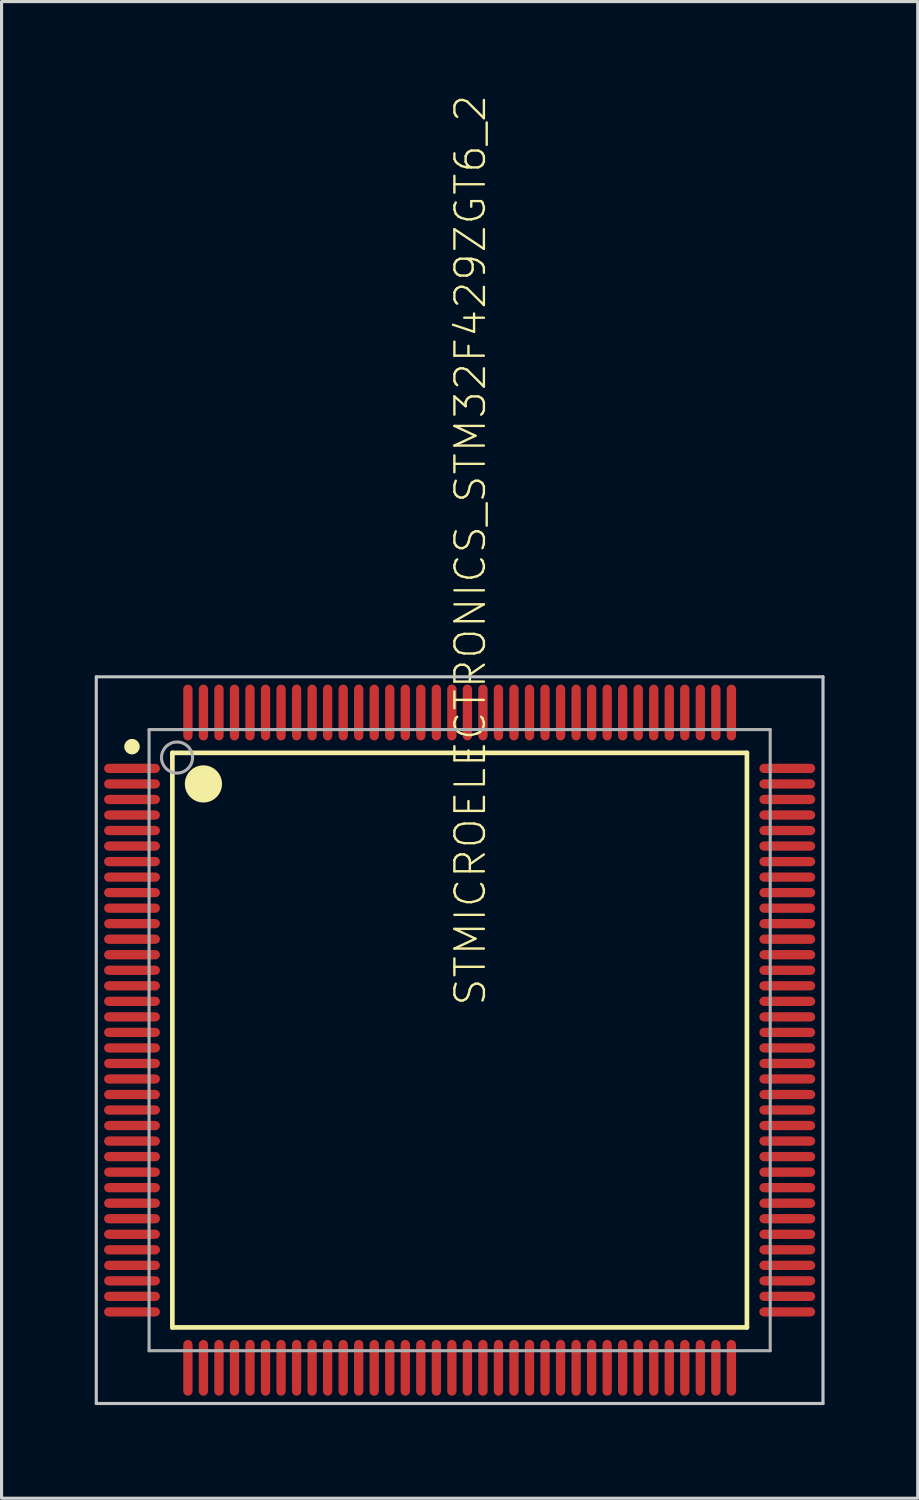
<source format=kicad_pcb>
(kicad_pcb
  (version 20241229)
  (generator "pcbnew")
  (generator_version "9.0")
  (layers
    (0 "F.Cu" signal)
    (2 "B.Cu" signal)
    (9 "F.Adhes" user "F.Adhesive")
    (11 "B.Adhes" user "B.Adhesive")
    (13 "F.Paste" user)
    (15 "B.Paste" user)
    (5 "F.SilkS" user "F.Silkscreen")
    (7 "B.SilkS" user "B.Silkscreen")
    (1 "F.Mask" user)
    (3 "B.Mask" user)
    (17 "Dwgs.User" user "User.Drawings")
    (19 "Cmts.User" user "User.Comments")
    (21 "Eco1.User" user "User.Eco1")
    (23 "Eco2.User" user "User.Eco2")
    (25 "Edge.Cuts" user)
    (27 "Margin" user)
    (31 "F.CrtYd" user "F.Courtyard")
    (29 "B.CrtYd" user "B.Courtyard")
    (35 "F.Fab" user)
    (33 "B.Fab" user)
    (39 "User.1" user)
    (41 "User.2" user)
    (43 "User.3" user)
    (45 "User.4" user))
  (footprint "STMICROELECTRONICS_STM32F429ZGT6_2"
    (layer "F.Cu")
    (at 11.75 30.442)
    (property "Reference" "STMICROELECTRONICS_STM32F429ZGT6_2" (at 0.901 -1.045 270) (layer "F.SilkS") (effects (font (size 0.95 0.95) (thickness 0.076)) (justify left bottom)))
    (attr through_hole)
    (fp_line (start -9.25 -9.25) (end 9.25 -9.25) (stroke (width 0.15) (type solid)) (layer "F.SilkS"))
    (fp_line (start -9.25 9.25) (end -9.25 -9.25) (stroke (width 0.15) (type solid)) (layer "F.SilkS"))
    (fp_line (start -9.25 9.25) (end 9.25 9.25) (stroke (width 0.15) (type solid)) (layer "F.SilkS"))
    (fp_line (start 9.25 9.25) (end 9.25 -9.25) (stroke (width 0.15) (type solid)) (layer "F.SilkS"))
    (fp_circle (center -10.55 -9.45) (end -10.425 -9.45) (stroke (width 0.25) (type solid)) (fill no) (layer "F.SilkS"))
    (fp_circle (center -8.25 -8.25) (end -7.95 -8.25) (stroke (width 0.6) (type solid)) (fill no) (layer "F.SilkS"))
    (fp_line (start -11.7 -11.7) (end 11.7 -11.7) (stroke (width 0.1) (type solid)) (layer "Dwgs.User"))
    (fp_line (start -11.7 11.7) (end -11.7 -11.7) (stroke (width 0.1) (type solid)) (layer "Dwgs.User"))
    (fp_line (start 11.7 -11.7) (end 11.7 11.7) (stroke (width 0.1) (type solid)) (layer "Dwgs.User"))
    (fp_line (start 11.7 11.7) (end -11.7 11.7) (stroke (width 0.1) (type solid)) (layer "Dwgs.User"))
    (fp_line (start -10 -10) (end 10 -10) (stroke (width 0.1) (type solid)) (layer "F.Fab"))
    (fp_line (start -10 10) (end -10 -10) (stroke (width 0.1) (type solid)) (layer "F.Fab"))
    (fp_line (start -10 10) (end 10 10) (stroke (width 0.1) (type solid)) (layer "F.Fab"))
    (fp_line (start 10 10) (end 10 -10) (stroke (width 0.1) (type solid)) (layer "F.Fab"))
    (fp_circle (center -9.1 -9.1) (end -8.6 -9.1) (stroke (width 0.1) (type solid)) (fill no) (layer "F.Fab"))
    (pad "1" smd roundrect (at -10.55 -8.75 90) (size 0.3 1.8) (layers "F.Cu" "F.Mask" "F.Paste") (roundrect_rratio 0.5))
    (pad "2" smd roundrect (at -10.55 -8.25 90) (size 0.3 1.8) (layers "F.Cu" "F.Mask" "F.Paste") (roundrect_rratio 0.5))
    (pad "3" smd roundrect (at -10.55 -7.75 90) (size 0.3 1.8) (layers "F.Cu" "F.Mask" "F.Paste") (roundrect_rratio 0.5))
    (pad "4" smd roundrect (at -10.55 -7.25 90) (size 0.3 1.8) (layers "F.Cu" "F.Mask" "F.Paste") (roundrect_rratio 0.5))
    (pad "5" smd roundrect (at -10.55 -6.75 90) (size 0.3 1.8) (layers "F.Cu" "F.Mask" "F.Paste") (roundrect_rratio 0.5))
    (pad "6" smd roundrect (at -10.55 -6.25 90) (size 0.3 1.8) (layers "F.Cu" "F.Mask" "F.Paste") (roundrect_rratio 0.5))
    (pad "7" smd roundrect (at -10.55 -5.75 90) (size 0.3 1.8) (layers "F.Cu" "F.Mask" "F.Paste") (roundrect_rratio 0.5))
    (pad "8" smd roundrect (at -10.55 -5.25 90) (size 0.3 1.8) (layers "F.Cu" "F.Mask" "F.Paste") (roundrect_rratio 0.5))
    (pad "9" smd roundrect (at -10.55 -4.75 90) (size 0.3 1.8) (layers "F.Cu" "F.Mask" "F.Paste") (roundrect_rratio 0.5))
    (pad "10" smd roundrect (at -10.55 -4.25 90) (size 0.3 1.8) (layers "F.Cu" "F.Mask" "F.Paste") (roundrect_rratio 0.5))
    (pad "11" smd roundrect (at -10.55 -3.75 90) (size 0.3 1.8) (layers "F.Cu" "F.Mask" "F.Paste") (roundrect_rratio 0.5))
    (pad "12" smd roundrect (at -10.55 -3.25 90) (size 0.3 1.8) (layers "F.Cu" "F.Mask" "F.Paste") (roundrect_rratio 0.5))
    (pad "13" smd roundrect (at -10.55 -2.75 90) (size 0.3 1.8) (layers "F.Cu" "F.Mask" "F.Paste") (roundrect_rratio 0.5))
    (pad "14" smd roundrect (at -10.55 -2.25 90) (size 0.3 1.8) (layers "F.Cu" "F.Mask" "F.Paste") (roundrect_rratio 0.5))
    (pad "15" smd roundrect (at -10.55 -1.75 90) (size 0.3 1.8) (layers "F.Cu" "F.Mask" "F.Paste") (roundrect_rratio 0.5))
    (pad "16" smd roundrect (at -10.55 -1.25 90) (size 0.3 1.8) (layers "F.Cu" "F.Mask" "F.Paste") (roundrect_rratio 0.5))
    (pad "17" smd roundrect (at -10.55 -0.75 90) (size 0.3 1.8) (layers "F.Cu" "F.Mask" "F.Paste") (roundrect_rratio 0.5))
    (pad "18" smd roundrect (at -10.55 -0.25 90) (size 0.3 1.8) (layers "F.Cu" "F.Mask" "F.Paste") (roundrect_rratio 0.5))
    (pad "19" smd roundrect (at -10.55 0.25 90) (size 0.3 1.8) (layers "F.Cu" "F.Mask" "F.Paste") (roundrect_rratio 0.5))
    (pad "20" smd roundrect (at -10.55 0.75 90) (size 0.3 1.8) (layers "F.Cu" "F.Mask" "F.Paste") (roundrect_rratio 0.5))
    (pad "21" smd roundrect (at -10.55 1.25 90) (size 0.3 1.8) (layers "F.Cu" "F.Mask" "F.Paste") (roundrect_rratio 0.5))
    (pad "22" smd roundrect (at -10.55 1.75 90) (size 0.3 1.8) (layers "F.Cu" "F.Mask" "F.Paste") (roundrect_rratio 0.5))
    (pad "23" smd roundrect (at -10.55 2.25 90) (size 0.3 1.8) (layers "F.Cu" "F.Mask" "F.Paste") (roundrect_rratio 0.5))
    (pad "24" smd roundrect (at -10.55 2.75 90) (size 0.3 1.8) (layers "F.Cu" "F.Mask" "F.Paste") (roundrect_rratio 0.5))
    (pad "25" smd roundrect (at -10.55 3.25 90) (size 0.3 1.8) (layers "F.Cu" "F.Mask" "F.Paste") (roundrect_rratio 0.5))
    (pad "26" smd roundrect (at -10.55 3.75 90) (size 0.3 1.8) (layers "F.Cu" "F.Mask" "F.Paste") (roundrect_rratio 0.5))
    (pad "27" smd roundrect (at -10.55 4.25 90) (size 0.3 1.8) (layers "F.Cu" "F.Mask" "F.Paste") (roundrect_rratio 0.5))
    (pad "28" smd roundrect (at -10.55 4.75 90) (size 0.3 1.8) (layers "F.Cu" "F.Mask" "F.Paste") (roundrect_rratio 0.5))
    (pad "29" smd roundrect (at -10.55 5.25 90) (size 0.3 1.8) (layers "F.Cu" "F.Mask" "F.Paste") (roundrect_rratio 0.5))
    (pad "30" smd roundrect (at -10.55 5.75 90) (size 0.3 1.8) (layers "F.Cu" "F.Mask" "F.Paste") (roundrect_rratio 0.5))
    (pad "31" smd roundrect (at -10.55 6.25 90) (size 0.3 1.8) (layers "F.Cu" "F.Mask" "F.Paste") (roundrect_rratio 0.5))
    (pad "32" smd roundrect (at -10.55 6.75 90) (size 0.3 1.8) (layers "F.Cu" "F.Mask" "F.Paste") (roundrect_rratio 0.5))
    (pad "33" smd roundrect (at -10.55 7.25 90) (size 0.3 1.8) (layers "F.Cu" "F.Mask" "F.Paste") (roundrect_rratio 0.5))
    (pad "34" smd roundrect (at -10.55 7.75 90) (size 0.3 1.8) (layers "F.Cu" "F.Mask" "F.Paste") (roundrect_rratio 0.5))
    (pad "35" smd roundrect (at -10.55 8.25 90) (size 0.3 1.8) (layers "F.Cu" "F.Mask" "F.Paste") (roundrect_rratio 0.5))
    (pad "36" smd roundrect (at -10.55 8.75 90) (size 0.3 1.8) (layers "F.Cu" "F.Mask" "F.Paste") (roundrect_rratio 0.5))
    (pad "37" smd roundrect (at -8.75 10.55) (size 0.3 1.8) (layers "F.Cu" "F.Mask" "F.Paste") (roundrect_rratio 0.5))
    (pad "38" smd roundrect (at -8.25 10.55) (size 0.3 1.8) (layers "F.Cu" "F.Mask" "F.Paste") (roundrect_rratio 0.5))
    (pad "39" smd roundrect (at -7.75 10.55) (size 0.3 1.8) (layers "F.Cu" "F.Mask" "F.Paste") (roundrect_rratio 0.5))
    (pad "40" smd roundrect (at -7.25 10.55) (size 0.3 1.8) (layers "F.Cu" "F.Mask" "F.Paste") (roundrect_rratio 0.5))
    (pad "41" smd roundrect (at -6.75 10.55) (size 0.3 1.8) (layers "F.Cu" "F.Mask" "F.Paste") (roundrect_rratio 0.5))
    (pad "42" smd roundrect (at -6.25 10.55) (size 0.3 1.8) (layers "F.Cu" "F.Mask" "F.Paste") (roundrect_rratio 0.5))
    (pad "43" smd roundrect (at -5.75 10.55) (size 0.3 1.8) (layers "F.Cu" "F.Mask" "F.Paste") (roundrect_rratio 0.5))
    (pad "44" smd roundrect (at -5.25 10.55) (size 0.3 1.8) (layers "F.Cu" "F.Mask" "F.Paste") (roundrect_rratio 0.5))
    (pad "45" smd roundrect (at -4.75 10.55) (size 0.3 1.8) (layers "F.Cu" "F.Mask" "F.Paste") (roundrect_rratio 0.5))
    (pad "46" smd roundrect (at -4.25 10.55) (size 0.3 1.8) (layers "F.Cu" "F.Mask" "F.Paste") (roundrect_rratio 0.5))
    (pad "47" smd roundrect (at -3.75 10.55) (size 0.3 1.8) (layers "F.Cu" "F.Mask" "F.Paste") (roundrect_rratio 0.5))
    (pad "48" smd roundrect (at -3.25 10.55) (size 0.3 1.8) (layers "F.Cu" "F.Mask" "F.Paste") (roundrect_rratio 0.5))
    (pad "49" smd roundrect (at -2.75 10.55) (size 0.3 1.8) (layers "F.Cu" "F.Mask" "F.Paste") (roundrect_rratio 0.5))
    (pad "50" smd roundrect (at -2.25 10.55) (size 0.3 1.8) (layers "F.Cu" "F.Mask" "F.Paste") (roundrect_rratio 0.5))
    (pad "51" smd roundrect (at -1.75 10.55) (size 0.3 1.8) (layers "F.Cu" "F.Mask" "F.Paste") (roundrect_rratio 0.5))
    (pad "52" smd roundrect (at -1.25 10.55) (size 0.3 1.8) (layers "F.Cu" "F.Mask" "F.Paste") (roundrect_rratio 0.5))
    (pad "53" smd roundrect (at -0.75 10.55) (size 0.3 1.8) (layers "F.Cu" "F.Mask" "F.Paste") (roundrect_rratio 0.5))
    (pad "54" smd roundrect (at -0.25 10.55) (size 0.3 1.8) (layers "F.Cu" "F.Mask" "F.Paste") (roundrect_rratio 0.5))
    (pad "55" smd roundrect (at 0.25 10.55) (size 0.3 1.8) (layers "F.Cu" "F.Mask" "F.Paste") (roundrect_rratio 0.5))
    (pad "56" smd roundrect (at 0.75 10.55) (size 0.3 1.8) (layers "F.Cu" "F.Mask" "F.Paste") (roundrect_rratio 0.5))
    (pad "57" smd roundrect (at 1.25 10.55) (size 0.3 1.8) (layers "F.Cu" "F.Mask" "F.Paste") (roundrect_rratio 0.5))
    (pad "58" smd roundrect (at 1.75 10.55) (size 0.3 1.8) (layers "F.Cu" "F.Mask" "F.Paste") (roundrect_rratio 0.5))
    (pad "59" smd roundrect (at 2.25 10.55) (size 0.3 1.8) (layers "F.Cu" "F.Mask" "F.Paste") (roundrect_rratio 0.5))
    (pad "60" smd roundrect (at 2.75 10.55) (size 0.3 1.8) (layers "F.Cu" "F.Mask" "F.Paste") (roundrect_rratio 0.5))
    (pad "61" smd roundrect (at 3.25 10.55) (size 0.3 1.8) (layers "F.Cu" "F.Mask" "F.Paste") (roundrect_rratio 0.5))
    (pad "62" smd roundrect (at 3.75 10.55) (size 0.3 1.8) (layers "F.Cu" "F.Mask" "F.Paste") (roundrect_rratio 0.5))
    (pad "63" smd roundrect (at 4.25 10.55) (size 0.3 1.8) (layers "F.Cu" "F.Mask" "F.Paste") (roundrect_rratio 0.5))
    (pad "64" smd roundrect (at 4.75 10.55) (size 0.3 1.8) (layers "F.Cu" "F.Mask" "F.Paste") (roundrect_rratio 0.5))
    (pad "65" smd roundrect (at 5.25 10.55) (size 0.3 1.8) (layers "F.Cu" "F.Mask" "F.Paste") (roundrect_rratio 0.5))
    (pad "66" smd roundrect (at 5.75 10.55) (size 0.3 1.8) (layers "F.Cu" "F.Mask" "F.Paste") (roundrect_rratio 0.5))
    (pad "67" smd roundrect (at 6.25 10.55) (size 0.3 1.8) (layers "F.Cu" "F.Mask" "F.Paste") (roundrect_rratio 0.5))
    (pad "68" smd roundrect (at 6.75 10.55) (size 0.3 1.8) (layers "F.Cu" "F.Mask" "F.Paste") (roundrect_rratio 0.5))
    (pad "69" smd roundrect (at 7.25 10.55) (size 0.3 1.8) (layers "F.Cu" "F.Mask" "F.Paste") (roundrect_rratio 0.5))
    (pad "70" smd roundrect (at 7.75 10.55) (size 0.3 1.8) (layers "F.Cu" "F.Mask" "F.Paste") (roundrect_rratio 0.5))
    (pad "71" smd roundrect (at 8.25 10.55) (size 0.3 1.8) (layers "F.Cu" "F.Mask" "F.Paste") (roundrect_rratio 0.5))
    (pad "72" smd roundrect (at 8.75 10.55) (size 0.3 1.8) (layers "F.Cu" "F.Mask" "F.Paste") (roundrect_rratio 0.5))
    (pad "73" smd roundrect (at 10.55 8.75 90) (size 0.3 1.8) (layers "F.Cu" "F.Mask" "F.Paste") (roundrect_rratio 0.5))
    (pad "74" smd roundrect (at 10.55 8.25 90) (size 0.3 1.8) (layers "F.Cu" "F.Mask" "F.Paste") (roundrect_rratio 0.5))
    (pad "75" smd roundrect (at 10.55 7.75 90) (size 0.3 1.8) (layers "F.Cu" "F.Mask" "F.Paste") (roundrect_rratio 0.5))
    (pad "76" smd roundrect (at 10.55 7.25 90) (size 0.3 1.8) (layers "F.Cu" "F.Mask" "F.Paste") (roundrect_rratio 0.5))
    (pad "77" smd roundrect (at 10.55 6.75 90) (size 0.3 1.8) (layers "F.Cu" "F.Mask" "F.Paste") (roundrect_rratio 0.5))
    (pad "78" smd roundrect (at 10.55 6.25 90) (size 0.3 1.8) (layers "F.Cu" "F.Mask" "F.Paste") (roundrect_rratio 0.5))
    (pad "79" smd roundrect (at 10.55 5.75 90) (size 0.3 1.8) (layers "F.Cu" "F.Mask" "F.Paste") (roundrect_rratio 0.5))
    (pad "80" smd roundrect (at 10.55 5.25 90) (size 0.3 1.8) (layers "F.Cu" "F.Mask" "F.Paste") (roundrect_rratio 0.5))
    (pad "81" smd roundrect (at 10.55 4.75 90) (size 0.3 1.8) (layers "F.Cu" "F.Mask" "F.Paste") (roundrect_rratio 0.5))
    (pad "82" smd roundrect (at 10.55 4.25 90) (size 0.3 1.8) (layers "F.Cu" "F.Mask" "F.Paste") (roundrect_rratio 0.5))
    (pad "83" smd roundrect (at 10.55 3.75 90) (size 0.3 1.8) (layers "F.Cu" "F.Mask" "F.Paste") (roundrect_rratio 0.5))
    (pad "84" smd roundrect (at 10.55 3.25 90) (size 0.3 1.8) (layers "F.Cu" "F.Mask" "F.Paste") (roundrect_rratio 0.5))
    (pad "85" smd roundrect (at 10.55 2.75 90) (size 0.3 1.8) (layers "F.Cu" "F.Mask" "F.Paste") (roundrect_rratio 0.5))
    (pad "86" smd roundrect (at 10.55 2.25 90) (size 0.3 1.8) (layers "F.Cu" "F.Mask" "F.Paste") (roundrect_rratio 0.5))
    (pad "87" smd roundrect (at 10.55 1.75 90) (size 0.3 1.8) (layers "F.Cu" "F.Mask" "F.Paste") (roundrect_rratio 0.5))
    (pad "88" smd roundrect (at 10.55 1.25 90) (size 0.3 1.8) (layers "F.Cu" "F.Mask" "F.Paste") (roundrect_rratio 0.5))
    (pad "89" smd roundrect (at 10.55 0.75 90) (size 0.3 1.8) (layers "F.Cu" "F.Mask" "F.Paste") (roundrect_rratio 0.5))
    (pad "90" smd roundrect (at 10.55 0.25 90) (size 0.3 1.8) (layers "F.Cu" "F.Mask" "F.Paste") (roundrect_rratio 0.5))
    (pad "91" smd roundrect (at 10.55 -0.25 90) (size 0.3 1.8) (layers "F.Cu" "F.Mask" "F.Paste") (roundrect_rratio 0.5))
    (pad "92" smd roundrect (at 10.55 -0.75 90) (size 0.3 1.8) (layers "F.Cu" "F.Mask" "F.Paste") (roundrect_rratio 0.5))
    (pad "93" smd roundrect (at 10.55 -1.25 90) (size 0.3 1.8) (layers "F.Cu" "F.Mask" "F.Paste") (roundrect_rratio 0.5))
    (pad "94" smd roundrect (at 10.55 -1.75 90) (size 0.3 1.8) (layers "F.Cu" "F.Mask" "F.Paste") (roundrect_rratio 0.5))
    (pad "95" smd roundrect (at 10.55 -2.25 90) (size 0.3 1.8) (layers "F.Cu" "F.Mask" "F.Paste") (roundrect_rratio 0.5))
    (pad "96" smd roundrect (at 10.55 -2.75 90) (size 0.3 1.8) (layers "F.Cu" "F.Mask" "F.Paste") (roundrect_rratio 0.5))
    (pad "97" smd roundrect (at 10.55 -3.25 90) (size 0.3 1.8) (layers "F.Cu" "F.Mask" "F.Paste") (roundrect_rratio 0.5))
    (pad "98" smd roundrect (at 10.55 -3.75 90) (size 0.3 1.8) (layers "F.Cu" "F.Mask" "F.Paste") (roundrect_rratio 0.5))
    (pad "99" smd roundrect (at 10.55 -4.25 90) (size 0.3 1.8) (layers "F.Cu" "F.Mask" "F.Paste") (roundrect_rratio 0.5))
    (pad "100" smd roundrect (at 10.55 -4.75 90) (size 0.3 1.8) (layers "F.Cu" "F.Mask" "F.Paste") (roundrect_rratio 0.5))
    (pad "101" smd roundrect (at 10.55 -5.25 90) (size 0.3 1.8) (layers "F.Cu" "F.Mask" "F.Paste") (roundrect_rratio 0.5))
    (pad "102" smd roundrect (at 10.55 -5.75 90) (size 0.3 1.8) (layers "F.Cu" "F.Mask" "F.Paste") (roundrect_rratio 0.5))
    (pad "103" smd roundrect (at 10.55 -6.25 90) (size 0.3 1.8) (layers "F.Cu" "F.Mask" "F.Paste") (roundrect_rratio 0.5))
    (pad "104" smd roundrect (at 10.55 -6.75 90) (size 0.3 1.8) (layers "F.Cu" "F.Mask" "F.Paste") (roundrect_rratio 0.5))
    (pad "105" smd roundrect (at 10.55 -7.25 90) (size 0.3 1.8) (layers "F.Cu" "F.Mask" "F.Paste") (roundrect_rratio 0.5))
    (pad "106" smd roundrect (at 10.55 -7.75 90) (size 0.3 1.8) (layers "F.Cu" "F.Mask" "F.Paste") (roundrect_rratio 0.5))
    (pad "107" smd roundrect (at 10.55 -8.25 90) (size 0.3 1.8) (layers "F.Cu" "F.Mask" "F.Paste") (roundrect_rratio 0.5))
    (pad "108" smd roundrect (at 10.55 -8.75 90) (size 0.3 1.8) (layers "F.Cu" "F.Mask" "F.Paste") (roundrect_rratio 0.5))
    (pad "109" smd roundrect (at 8.75 -10.55) (size 0.3 1.8) (layers "F.Cu" "F.Mask" "F.Paste") (roundrect_rratio 0.5))
    (pad "110" smd roundrect (at 8.25 -10.55) (size 0.3 1.8) (layers "F.Cu" "F.Mask" "F.Paste") (roundrect_rratio 0.5))
    (pad "111" smd roundrect (at 7.75 -10.55) (size 0.3 1.8) (layers "F.Cu" "F.Mask" "F.Paste") (roundrect_rratio 0.5))
    (pad "112" smd roundrect (at 7.25 -10.55) (size 0.3 1.8) (layers "F.Cu" "F.Mask" "F.Paste") (roundrect_rratio 0.5))
    (pad "113" smd roundrect (at 6.75 -10.55) (size 0.3 1.8) (layers "F.Cu" "F.Mask" "F.Paste") (roundrect_rratio 0.5))
    (pad "114" smd roundrect (at 6.25 -10.55) (size 0.3 1.8) (layers "F.Cu" "F.Mask" "F.Paste") (roundrect_rratio 0.5))
    (pad "115" smd roundrect (at 5.75 -10.55) (size 0.3 1.8) (layers "F.Cu" "F.Mask" "F.Paste") (roundrect_rratio 0.5))
    (pad "116" smd roundrect (at 5.25 -10.55) (size 0.3 1.8) (layers "F.Cu" "F.Mask" "F.Paste") (roundrect_rratio 0.5))
    (pad "117" smd roundrect (at 4.75 -10.55) (size 0.3 1.8) (layers "F.Cu" "F.Mask" "F.Paste") (roundrect_rratio 0.5))
    (pad "118" smd roundrect (at 4.25 -10.55) (size 0.3 1.8) (layers "F.Cu" "F.Mask" "F.Paste") (roundrect_rratio 0.5))
    (pad "119" smd roundrect (at 3.75 -10.55) (size 0.3 1.8) (layers "F.Cu" "F.Mask" "F.Paste") (roundrect_rratio 0.5))
    (pad "120" smd roundrect (at 3.25 -10.55) (size 0.3 1.8) (layers "F.Cu" "F.Mask" "F.Paste") (roundrect_rratio 0.5))
    (pad "121" smd roundrect (at 2.75 -10.55) (size 0.3 1.8) (layers "F.Cu" "F.Mask" "F.Paste") (roundrect_rratio 0.5))
    (pad "122" smd roundrect (at 2.25 -10.55) (size 0.3 1.8) (layers "F.Cu" "F.Mask" "F.Paste") (roundrect_rratio 0.5))
    (pad "123" smd roundrect (at 1.75 -10.55) (size 0.3 1.8) (layers "F.Cu" "F.Mask" "F.Paste") (roundrect_rratio 0.5))
    (pad "124" smd roundrect (at 1.25 -10.55) (size 0.3 1.8) (layers "F.Cu" "F.Mask" "F.Paste") (roundrect_rratio 0.5))
    (pad "125" smd roundrect (at 0.75 -10.55) (size 0.3 1.8) (layers "F.Cu" "F.Mask" "F.Paste") (roundrect_rratio 0.5))
    (pad "126" smd roundrect (at 0.25 -10.55) (size 0.3 1.8) (layers "F.Cu" "F.Mask" "F.Paste") (roundrect_rratio 0.5))
    (pad "127" smd roundrect (at -0.25 -10.55) (size 0.3 1.8) (layers "F.Cu" "F.Mask" "F.Paste") (roundrect_rratio 0.5))
    (pad "128" smd roundrect (at -0.75 -10.55) (size 0.3 1.8) (layers "F.Cu" "F.Mask" "F.Paste") (roundrect_rratio 0.5))
    (pad "129" smd roundrect (at -1.25 -10.55) (size 0.3 1.8) (layers "F.Cu" "F.Mask" "F.Paste") (roundrect_rratio 0.5))
    (pad "130" smd roundrect (at -1.75 -10.55) (size 0.3 1.8) (layers "F.Cu" "F.Mask" "F.Paste") (roundrect_rratio 0.5))
    (pad "131" smd roundrect (at -2.25 -10.55) (size 0.3 1.8) (layers "F.Cu" "F.Mask" "F.Paste") (roundrect_rratio 0.5))
    (pad "132" smd roundrect (at -2.75 -10.55) (size 0.3 1.8) (layers "F.Cu" "F.Mask" "F.Paste") (roundrect_rratio 0.5))
    (pad "133" smd roundrect (at -3.25 -10.55) (size 0.3 1.8) (layers "F.Cu" "F.Mask" "F.Paste") (roundrect_rratio 0.5))
    (pad "134" smd roundrect (at -3.75 -10.55) (size 0.3 1.8) (layers "F.Cu" "F.Mask" "F.Paste") (roundrect_rratio 0.5))
    (pad "135" smd roundrect (at -4.25 -10.55) (size 0.3 1.8) (layers "F.Cu" "F.Mask" "F.Paste") (roundrect_rratio 0.5))
    (pad "136" smd roundrect (at -4.75 -10.55) (size 0.3 1.8) (layers "F.Cu" "F.Mask" "F.Paste") (roundrect_rratio 0.5))
    (pad "137" smd roundrect (at -5.25 -10.55) (size 0.3 1.8) (layers "F.Cu" "F.Mask" "F.Paste") (roundrect_rratio 0.5))
    (pad "138" smd roundrect (at -5.75 -10.55) (size 0.3 1.8) (layers "F.Cu" "F.Mask" "F.Paste") (roundrect_rratio 0.5))
    (pad "139" smd roundrect (at -6.25 -10.55) (size 0.3 1.8) (layers "F.Cu" "F.Mask" "F.Paste") (roundrect_rratio 0.5))
    (pad "140" smd roundrect (at -6.75 -10.55) (size 0.3 1.8) (layers "F.Cu" "F.Mask" "F.Paste") (roundrect_rratio 0.5))
    (pad "141" smd roundrect (at -7.25 -10.55) (size 0.3 1.8) (layers "F.Cu" "F.Mask" "F.Paste") (roundrect_rratio 0.5))
    (pad "142" smd roundrect (at -7.75 -10.55) (size 0.3 1.8) (layers "F.Cu" "F.Mask" "F.Paste") (roundrect_rratio 0.5))
    (pad "143" smd roundrect (at -8.25 -10.55) (size 0.3 1.8) (layers "F.Cu" "F.Mask" "F.Paste") (roundrect_rratio 0.5))
    (pad "144" smd roundrect (at -8.75 -10.55) (size 0.3 1.8) (layers "F.Cu" "F.Mask" "F.Paste") (roundrect_rratio 0.5)))
  (gr_rect
    (start -3 -3)
    (end 26.5 45.192)
    (stroke (width 0.1) (type default))
    (fill no)
    (layer "Edge.Cuts")))
</source>
